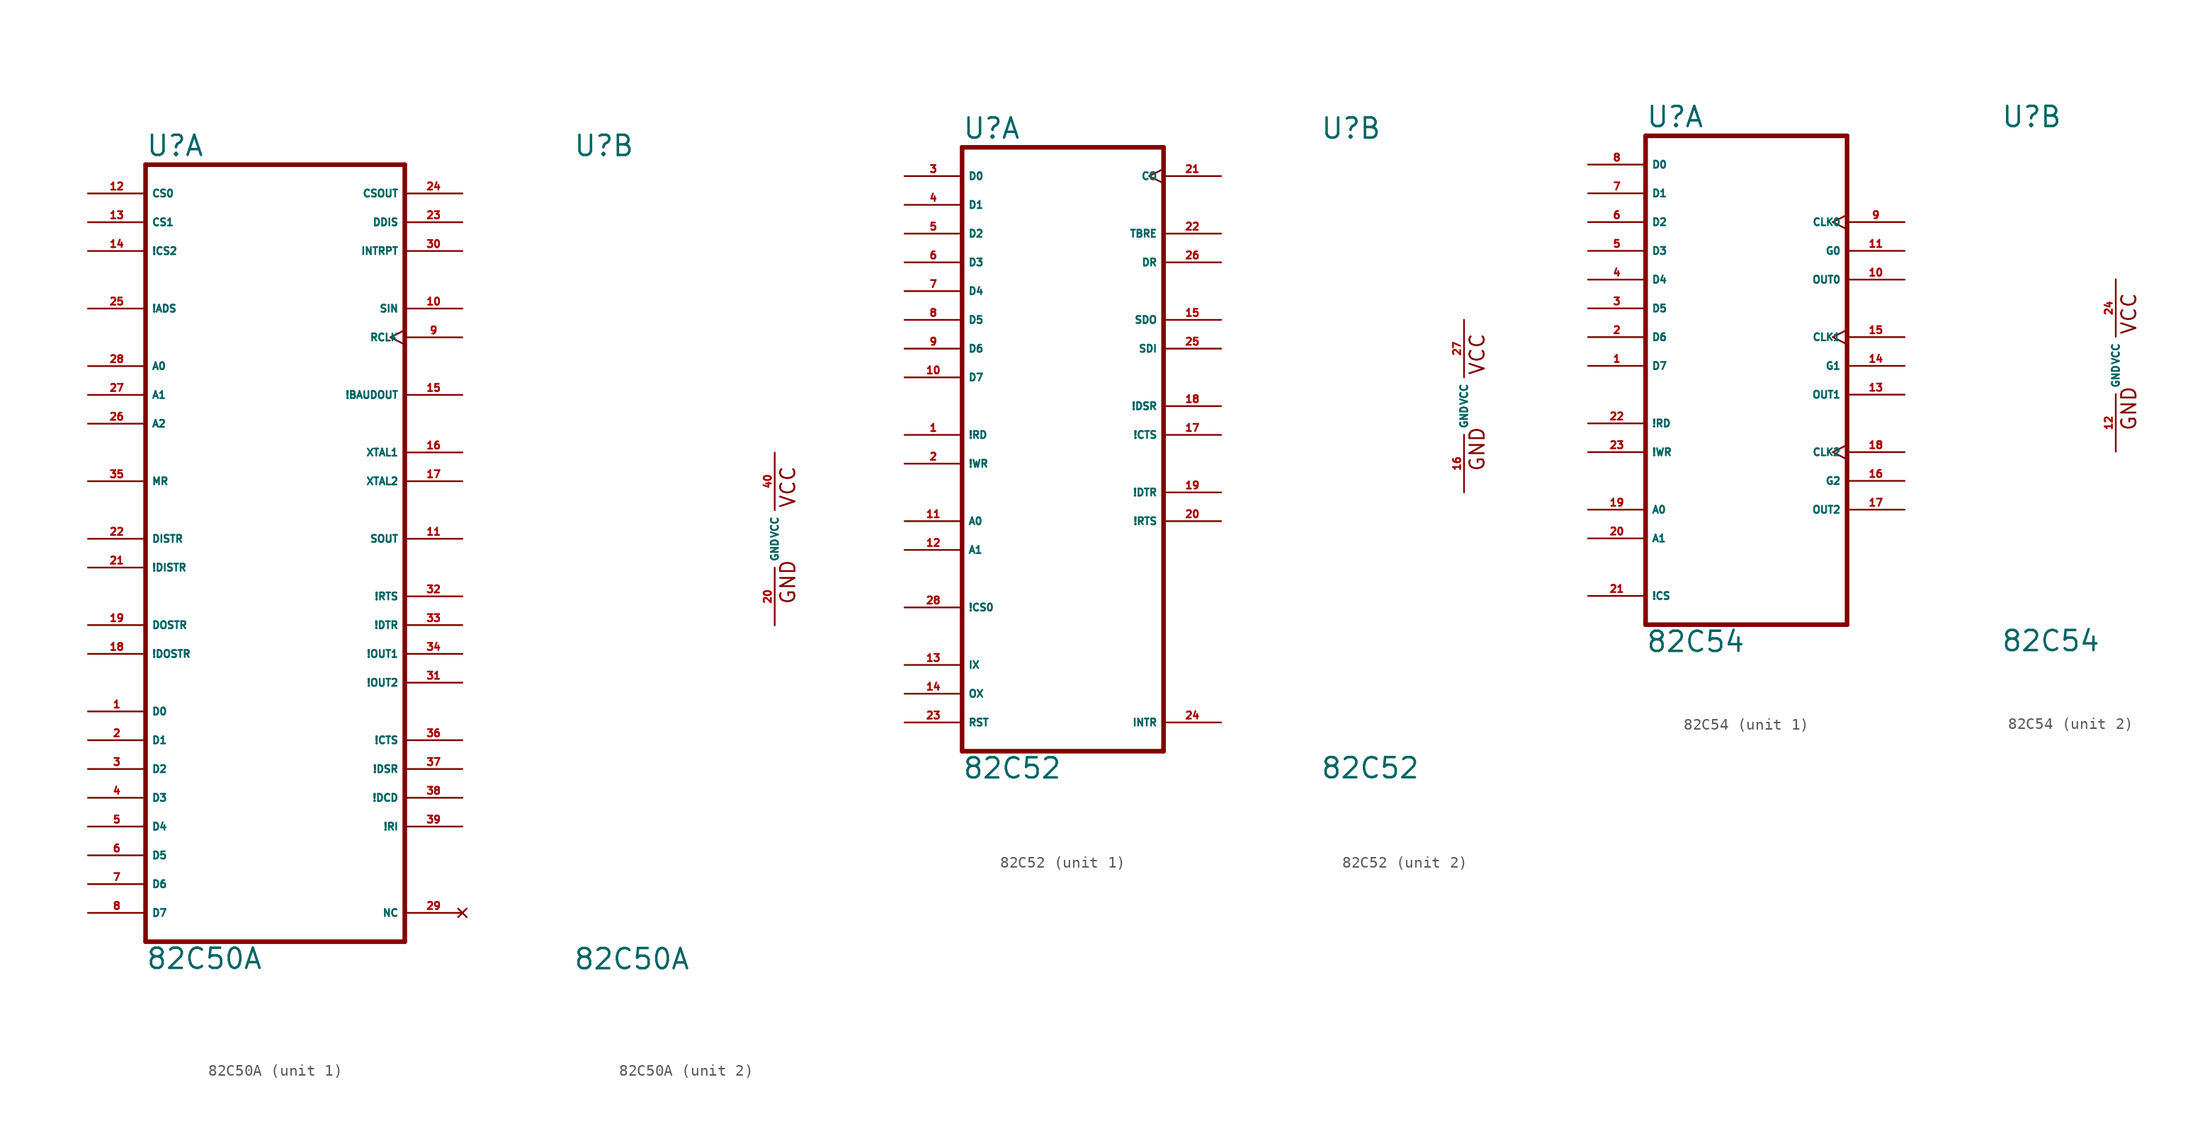
<source format=kicad_sym>
(kicad_symbol_lib
  (version 20220914)
  (generator Eagle2Kicad)
  (symbol "82C50A"
    (property "Reference" "U"
      (at -17.78 33.655 0)
      (effects (font (size 1.778 1.778) (thickness 0.22)) (justify left bottom)))
    (property "Value" "82C50A"
      (at -17.78 -38.1 0)
      (effects (font (size 1.778 1.778) (thickness 0.22)) (justify left bottom)))
    (symbol "82C50A_1_0"
      (polyline (pts (xy -17.78 -35.56) (xy 5.08 -35.56)) (stroke (width 0.406) (type default)) (fill (type none)))
      (polyline (pts (xy 5.08 -35.56) (xy 5.08 33.02)) (stroke (width 0.406) (type default)) (fill (type none)))
      (polyline (pts (xy 5.08 33.02) (xy -17.78 33.02)) (stroke (width 0.406) (type default)) (fill (type none)))
      (polyline (pts (xy -17.78 33.02) (xy -17.78 -35.56)) (stroke (width 0.406) (type default)) (fill (type none)))
      (pin bidirectional line (at -22.86 -15.24 0) (length 5.08) (name "D0" (effects (font (size 0.635 0.635) (thickness 0.08)) (justify left bottom))) (number "1" (effects (font (size 0.635 0.635) (thickness 0.08)) (justify left bottom))))
      (pin bidirectional line (at -22.86 -17.78 0) (length 5.08) (name "D1" (effects (font (size 0.635 0.635) (thickness 0.08)) (justify left bottom))) (number "2" (effects (font (size 0.635 0.635) (thickness 0.08)) (justify left bottom))))
      (pin bidirectional line (at -22.86 -20.32 0) (length 5.08) (name "D2" (effects (font (size 0.635 0.635) (thickness 0.08)) (justify left bottom))) (number "3" (effects (font (size 0.635 0.635) (thickness 0.08)) (justify left bottom))))
      (pin bidirectional line (at -22.86 -22.86 0) (length 5.08) (name "D3" (effects (font (size 0.635 0.635) (thickness 0.08)) (justify left bottom))) (number "4" (effects (font (size 0.635 0.635) (thickness 0.08)) (justify left bottom))))
      (pin bidirectional line (at -22.86 -25.4 0) (length 5.08) (name "D4" (effects (font (size 0.635 0.635) (thickness 0.08)) (justify left bottom))) (number "5" (effects (font (size 0.635 0.635) (thickness 0.08)) (justify left bottom))))
      (pin bidirectional line (at -22.86 -27.94 0) (length 5.08) (name "D5" (effects (font (size 0.635 0.635) (thickness 0.08)) (justify left bottom))) (number "6" (effects (font (size 0.635 0.635) (thickness 0.08)) (justify left bottom))))
      (pin bidirectional line (at -22.86 -30.48 0) (length 5.08) (name "D6" (effects (font (size 0.635 0.635) (thickness 0.08)) (justify left bottom))) (number "7" (effects (font (size 0.635 0.635) (thickness 0.08)) (justify left bottom))))
      (pin bidirectional line (at -22.86 -33.02 0) (length 5.08) (name "D7" (effects (font (size 0.635 0.635) (thickness 0.08)) (justify left bottom))) (number "8" (effects (font (size 0.635 0.635) (thickness 0.08)) (justify left bottom))))
      (pin input clock (at 10.16 17.78 180) (length 5.08) (name "RCLK" (effects (font (size 0.635 0.635) (thickness 0.08)) (justify left bottom))) (number "9" (effects (font (size 0.635 0.635) (thickness 0.08)) (justify left bottom))))
      (pin input line (at 10.16 20.32 180) (length 5.08) (name "SIN" (effects (font (size 0.635 0.635) (thickness 0.08)) (justify left bottom))) (number "10" (effects (font (size 0.635 0.635) (thickness 0.08)) (justify left bottom))))
      (pin output line (at 10.16 0 180) (length 5.08) (name "SOUT" (effects (font (size 0.635 0.635) (thickness 0.08)) (justify left bottom))) (number "11" (effects (font (size 0.635 0.635) (thickness 0.08)) (justify left bottom))))
      (pin input line (at -22.86 30.48 0) (length 5.08) (name "CS0" (effects (font (size 0.635 0.635) (thickness 0.08)) (justify left bottom))) (number "12" (effects (font (size 0.635 0.635) (thickness 0.08)) (justify left bottom))))
      (pin input line (at -22.86 27.94 0) (length 5.08) (name "CS1" (effects (font (size 0.635 0.635) (thickness 0.08)) (justify left bottom))) (number "13" (effects (font (size 0.635 0.635) (thickness 0.08)) (justify left bottom))))
      (pin input line (at -22.86 25.4 0) (length 5.08) (name "!CS2" (effects (font (size 0.635 0.635) (thickness 0.08)) (justify left bottom))) (number "14" (effects (font (size 0.635 0.635) (thickness 0.08)) (justify left bottom))))
      (pin output line (at 10.16 12.7 180) (length 5.08) (name "!BAUDOUT" (effects (font (size 0.635 0.635) (thickness 0.08)) (justify left bottom))) (number "15" (effects (font (size 0.635 0.635) (thickness 0.08)) (justify left bottom))))
      (pin input line (at 10.16 7.62 180) (length 5.08) (name "XTAL1" (effects (font (size 0.635 0.635) (thickness 0.08)) (justify left bottom))) (number "16" (effects (font (size 0.635 0.635) (thickness 0.08)) (justify left bottom))))
      (pin output line (at 10.16 5.08 180) (length 5.08) (name "XTAL2" (effects (font (size 0.635 0.635) (thickness 0.08)) (justify left bottom))) (number "17" (effects (font (size 0.635 0.635) (thickness 0.08)) (justify left bottom))))
      (pin input line (at -22.86 -10.16 0) (length 5.08) (name "!DOSTR" (effects (font (size 0.635 0.635) (thickness 0.08)) (justify left bottom))) (number "18" (effects (font (size 0.635 0.635) (thickness 0.08)) (justify left bottom))))
      (pin input line (at -22.86 -7.62 0) (length 5.08) (name "DOSTR" (effects (font (size 0.635 0.635) (thickness 0.08)) (justify left bottom))) (number "19" (effects (font (size 0.635 0.635) (thickness 0.08)) (justify left bottom))))
      (pin input line (at -22.86 -2.54 0) (length 5.08) (name "!DISTR" (effects (font (size 0.635 0.635) (thickness 0.08)) (justify left bottom))) (number "21" (effects (font (size 0.635 0.635) (thickness 0.08)) (justify left bottom))))
      (pin input line (at -22.86 0 0) (length 5.08) (name "DISTR" (effects (font (size 0.635 0.635) (thickness 0.08)) (justify left bottom))) (number "22" (effects (font (size 0.635 0.635) (thickness 0.08)) (justify left bottom))))
      (pin output line (at 10.16 27.94 180) (length 5.08) (name "DDIS" (effects (font (size 0.635 0.635) (thickness 0.08)) (justify left bottom))) (number "23" (effects (font (size 0.635 0.635) (thickness 0.08)) (justify left bottom))))
      (pin output line (at 10.16 30.48 180) (length 5.08) (name "CSOUT" (effects (font (size 0.635 0.635) (thickness 0.08)) (justify left bottom))) (number "24" (effects (font (size 0.635 0.635) (thickness 0.08)) (justify left bottom))))
      (pin input line (at -22.86 20.32 0) (length 5.08) (name "!ADS" (effects (font (size 0.635 0.635) (thickness 0.08)) (justify left bottom))) (number "25" (effects (font (size 0.635 0.635) (thickness 0.08)) (justify left bottom))))
      (pin input line (at -22.86 10.16 0) (length 5.08) (name "A2" (effects (font (size 0.635 0.635) (thickness 0.08)) (justify left bottom))) (number "26" (effects (font (size 0.635 0.635) (thickness 0.08)) (justify left bottom))))
      (pin input line (at -22.86 12.7 0) (length 5.08) (name "A1" (effects (font (size 0.635 0.635) (thickness 0.08)) (justify left bottom))) (number "27" (effects (font (size 0.635 0.635) (thickness 0.08)) (justify left bottom))))
      (pin input line (at -22.86 15.24 0) (length 5.08) (name "A0" (effects (font (size 0.635 0.635) (thickness 0.08)) (justify left bottom))) (number "28" (effects (font (size 0.635 0.635) (thickness 0.08)) (justify left bottom))))
      (pin no_connect line (at 10.16 -33.02 180) (length 5.08) (name "NC" (effects (font (size 0.635 0.635) (thickness 0.08)) (justify left bottom) hide)) (number "29" (effects (font (size 0.635 0.635) (thickness 0.08)) (justify left bottom) hide)))
      (pin output line (at 10.16 25.4 180) (length 5.08) (name "INTRPT" (effects (font (size 0.635 0.635) (thickness 0.08)) (justify left bottom))) (number "30" (effects (font (size 0.635 0.635) (thickness 0.08)) (justify left bottom))))
      (pin output line (at 10.16 -12.7 180) (length 5.08) (name "!OUT2" (effects (font (size 0.635 0.635) (thickness 0.08)) (justify left bottom))) (number "31" (effects (font (size 0.635 0.635) (thickness 0.08)) (justify left bottom))))
      (pin output line (at 10.16 -5.08 180) (length 5.08) (name "!RTS" (effects (font (size 0.635 0.635) (thickness 0.08)) (justify left bottom))) (number "32" (effects (font (size 0.635 0.635) (thickness 0.08)) (justify left bottom))))
      (pin output line (at 10.16 -7.62 180) (length 5.08) (name "!DTR" (effects (font (size 0.635 0.635) (thickness 0.08)) (justify left bottom))) (number "33" (effects (font (size 0.635 0.635) (thickness 0.08)) (justify left bottom))))
      (pin output line (at 10.16 -10.16 180) (length 5.08) (name "!OUT1" (effects (font (size 0.635 0.635) (thickness 0.08)) (justify left bottom))) (number "34" (effects (font (size 0.635 0.635) (thickness 0.08)) (justify left bottom))))
      (pin input line (at -22.86 5.08 0) (length 5.08) (name "MR" (effects (font (size 0.635 0.635) (thickness 0.08)) (justify left bottom))) (number "35" (effects (font (size 0.635 0.635) (thickness 0.08)) (justify left bottom))))
      (pin input line (at 10.16 -17.78 180) (length 5.08) (name "!CTS" (effects (font (size 0.635 0.635) (thickness 0.08)) (justify left bottom))) (number "36" (effects (font (size 0.635 0.635) (thickness 0.08)) (justify left bottom))))
      (pin input line (at 10.16 -20.32 180) (length 5.08) (name "!DSR" (effects (font (size 0.635 0.635) (thickness 0.08)) (justify left bottom))) (number "37" (effects (font (size 0.635 0.635) (thickness 0.08)) (justify left bottom))))
      (pin input line (at 10.16 -22.86 180) (length 5.08) (name "!DCD" (effects (font (size 0.635 0.635) (thickness 0.08)) (justify left bottom))) (number "38" (effects (font (size 0.635 0.635) (thickness 0.08)) (justify left bottom))))
      (pin input line (at 10.16 -25.4 180) (length 5.08) (name "!RI" (effects (font (size 0.635 0.635) (thickness 0.08)) (justify left bottom))) (number "39" (effects (font (size 0.635 0.635) (thickness 0.08)) (justify left bottom)))))
    (symbol "82C50A_2_0"
      (text "GND" (at 1.905 -5.842 900) (effects (font (size 1.27 1.27) (thickness 0.16)) (justify left bottom)))
      (text "VCC" (at 1.905 2.667 900) (effects (font (size 1.27 1.27) (thickness 0.16)) (justify left bottom)))
      (pin unspecified line (at 0 -7.62 90) (length 5.08) (name "GND" (effects (font (size 0.635 0.635) (thickness 0.08)) (justify left bottom))) (number "20" (effects (font (size 0.635 0.635) (thickness 0.08)) (justify left bottom))))
      (pin unspecified line (at 0 7.62 270) (length 5.08) (name "VCC" (effects (font (size 0.635 0.635) (thickness 0.08)) (justify left bottom))) (number "40" (effects (font (size 0.635 0.635) (thickness 0.08)) (justify left bottom))))))
  (symbol "82C52"
    (property "Reference" "U"
      (at -12.7 23.495 0)
      (effects (font (size 1.778 1.778) (thickness 0.22)) (justify left bottom)))
    (property "Value" "82C52"
      (at -12.7 -33.02 0)
      (effects (font (size 1.778 1.778) (thickness 0.22)) (justify left bottom)))
    (symbol "82C52_1_0"
      (polyline (pts (xy -12.7 -30.48) (xy 5.08 -30.48)) (stroke (width 0.406) (type default)) (fill (type none)))
      (polyline (pts (xy 5.08 -30.48) (xy 5.08 22.86)) (stroke (width 0.406) (type default)) (fill (type none)))
      (polyline (pts (xy 5.08 22.86) (xy -12.7 22.86)) (stroke (width 0.406) (type default)) (fill (type none)))
      (polyline (pts (xy -12.7 22.86) (xy -12.7 -30.48)) (stroke (width 0.406) (type default)) (fill (type none)))
      (pin input line (at -17.78 -2.54 0) (length 5.08) (name "!RD" (effects (font (size 0.635 0.635) (thickness 0.08)) (justify left bottom))) (number "1" (effects (font (size 0.635 0.635) (thickness 0.08)) (justify left bottom))))
      (pin input line (at -17.78 -5.08 0) (length 5.08) (name "!WR" (effects (font (size 0.635 0.635) (thickness 0.08)) (justify left bottom))) (number "2" (effects (font (size 0.635 0.635) (thickness 0.08)) (justify left bottom))))
      (pin bidirectional line (at -17.78 20.32 0) (length 5.08) (name "D0" (effects (font (size 0.635 0.635) (thickness 0.08)) (justify left bottom))) (number "3" (effects (font (size 0.635 0.635) (thickness 0.08)) (justify left bottom))))
      (pin bidirectional line (at -17.78 17.78 0) (length 5.08) (name "D1" (effects (font (size 0.635 0.635) (thickness 0.08)) (justify left bottom))) (number "4" (effects (font (size 0.635 0.635) (thickness 0.08)) (justify left bottom))))
      (pin bidirectional line (at -17.78 15.24 0) (length 5.08) (name "D2" (effects (font (size 0.635 0.635) (thickness 0.08)) (justify left bottom))) (number "5" (effects (font (size 0.635 0.635) (thickness 0.08)) (justify left bottom))))
      (pin bidirectional line (at -17.78 12.7 0) (length 5.08) (name "D3" (effects (font (size 0.635 0.635) (thickness 0.08)) (justify left bottom))) (number "6" (effects (font (size 0.635 0.635) (thickness 0.08)) (justify left bottom))))
      (pin bidirectional line (at -17.78 10.16 0) (length 5.08) (name "D4" (effects (font (size 0.635 0.635) (thickness 0.08)) (justify left bottom))) (number "7" (effects (font (size 0.635 0.635) (thickness 0.08)) (justify left bottom))))
      (pin bidirectional line (at -17.78 7.62 0) (length 5.08) (name "D5" (effects (font (size 0.635 0.635) (thickness 0.08)) (justify left bottom))) (number "8" (effects (font (size 0.635 0.635) (thickness 0.08)) (justify left bottom))))
      (pin bidirectional line (at -17.78 5.08 0) (length 5.08) (name "D6" (effects (font (size 0.635 0.635) (thickness 0.08)) (justify left bottom))) (number "9" (effects (font (size 0.635 0.635) (thickness 0.08)) (justify left bottom))))
      (pin bidirectional line (at -17.78 2.54 0) (length 5.08) (name "D7" (effects (font (size 0.635 0.635) (thickness 0.08)) (justify left bottom))) (number "10" (effects (font (size 0.635 0.635) (thickness 0.08)) (justify left bottom))))
      (pin input line (at -17.78 -10.16 0) (length 5.08) (name "A0" (effects (font (size 0.635 0.635) (thickness 0.08)) (justify left bottom))) (number "11" (effects (font (size 0.635 0.635) (thickness 0.08)) (justify left bottom))))
      (pin input line (at -17.78 -12.7 0) (length 5.08) (name "A1" (effects (font (size 0.635 0.635) (thickness 0.08)) (justify left bottom))) (number "12" (effects (font (size 0.635 0.635) (thickness 0.08)) (justify left bottom))))
      (pin bidirectional line (at -17.78 -22.86 0) (length 5.08) (name "IX" (effects (font (size 0.635 0.635) (thickness 0.08)) (justify left bottom))) (number "13" (effects (font (size 0.635 0.635) (thickness 0.08)) (justify left bottom))))
      (pin bidirectional line (at -17.78 -25.4 0) (length 5.08) (name "OX" (effects (font (size 0.635 0.635) (thickness 0.08)) (justify left bottom))) (number "14" (effects (font (size 0.635 0.635) (thickness 0.08)) (justify left bottom))))
      (pin output line (at 10.16 7.62 180) (length 5.08) (name "SDO" (effects (font (size 0.635 0.635) (thickness 0.08)) (justify left bottom))) (number "15" (effects (font (size 0.635 0.635) (thickness 0.08)) (justify left bottom))))
      (pin input line (at 10.16 -2.54 180) (length 5.08) (name "!CTS" (effects (font (size 0.635 0.635) (thickness 0.08)) (justify left bottom))) (number "17" (effects (font (size 0.635 0.635) (thickness 0.08)) (justify left bottom))))
      (pin input line (at 10.16 0 180) (length 5.08) (name "!DSR" (effects (font (size 0.635 0.635) (thickness 0.08)) (justify left bottom))) (number "18" (effects (font (size 0.635 0.635) (thickness 0.08)) (justify left bottom))))
      (pin output line (at 10.16 -7.62 180) (length 5.08) (name "!DTR" (effects (font (size 0.635 0.635) (thickness 0.08)) (justify left bottom))) (number "19" (effects (font (size 0.635 0.635) (thickness 0.08)) (justify left bottom))))
      (pin output line (at 10.16 -10.16 180) (length 5.08) (name "!RTS" (effects (font (size 0.635 0.635) (thickness 0.08)) (justify left bottom))) (number "20" (effects (font (size 0.635 0.635) (thickness 0.08)) (justify left bottom))))
      (pin output clock (at 10.16 20.32 180) (length 5.08) (name "CO" (effects (font (size 0.635 0.635) (thickness 0.08)) (justify left bottom))) (number "21" (effects (font (size 0.635 0.635) (thickness 0.08)) (justify left bottom))))
      (pin output line (at 10.16 15.24 180) (length 5.08) (name "TBRE" (effects (font (size 0.635 0.635) (thickness 0.08)) (justify left bottom))) (number "22" (effects (font (size 0.635 0.635) (thickness 0.08)) (justify left bottom))))
      (pin input line (at -17.78 -27.94 0) (length 5.08) (name "RST" (effects (font (size 0.635 0.635) (thickness 0.08)) (justify left bottom))) (number "23" (effects (font (size 0.635 0.635) (thickness 0.08)) (justify left bottom))))
      (pin output line (at 10.16 -27.94 180) (length 5.08) (name "INTR" (effects (font (size 0.635 0.635) (thickness 0.08)) (justify left bottom))) (number "24" (effects (font (size 0.635 0.635) (thickness 0.08)) (justify left bottom))))
      (pin input line (at 10.16 5.08 180) (length 5.08) (name "SDI" (effects (font (size 0.635 0.635) (thickness 0.08)) (justify left bottom))) (number "25" (effects (font (size 0.635 0.635) (thickness 0.08)) (justify left bottom))))
      (pin output line (at 10.16 12.7 180) (length 5.08) (name "DR" (effects (font (size 0.635 0.635) (thickness 0.08)) (justify left bottom))) (number "26" (effects (font (size 0.635 0.635) (thickness 0.08)) (justify left bottom))))
      (pin input line (at -17.78 -17.78 0) (length 5.08) (name "!CS0" (effects (font (size 0.635 0.635) (thickness 0.08)) (justify left bottom))) (number "28" (effects (font (size 0.635 0.635) (thickness 0.08)) (justify left bottom)))))
    (symbol "82C52_2_0"
      (text "GND" (at 1.905 -5.842 900) (effects (font (size 1.27 1.27) (thickness 0.16)) (justify left bottom)))
      (text "VCC" (at 1.905 2.667 900) (effects (font (size 1.27 1.27) (thickness 0.16)) (justify left bottom)))
      (pin unspecified line (at 0 -7.62 90) (length 5.08) (name "GND" (effects (font (size 0.635 0.635) (thickness 0.08)) (justify left bottom))) (number "16" (effects (font (size 0.635 0.635) (thickness 0.08)) (justify left bottom))))
      (pin unspecified line (at 0 7.62 270) (length 5.08) (name "VCC" (effects (font (size 0.635 0.635) (thickness 0.08)) (justify left bottom))) (number "27" (effects (font (size 0.635 0.635) (thickness 0.08)) (justify left bottom))))))
  (symbol "82C54"
    (property "Reference" "U"
      (at -10.16 20.955 0)
      (effects (font (size 1.778 1.778) (thickness 0.22)) (justify left bottom)))
    (property "Value" "82C54"
      (at -10.16 -25.4 0)
      (effects (font (size 1.778 1.778) (thickness 0.22)) (justify left bottom)))
    (symbol "82C54_1_0"
      (polyline (pts (xy -10.16 -22.86) (xy 7.62 -22.86)) (stroke (width 0.406) (type default)) (fill (type none)))
      (polyline (pts (xy 7.62 -22.86) (xy 7.62 20.32)) (stroke (width 0.406) (type default)) (fill (type none)))
      (polyline (pts (xy 7.62 20.32) (xy -10.16 20.32)) (stroke (width 0.406) (type default)) (fill (type none)))
      (polyline (pts (xy -10.16 20.32) (xy -10.16 -22.86)) (stroke (width 0.406) (type default)) (fill (type none)))
      (pin bidirectional line (at -15.24 0 0) (length 5.08) (name "D7" (effects (font (size 0.635 0.635) (thickness 0.08)) (justify left bottom))) (number "1" (effects (font (size 0.635 0.635) (thickness 0.08)) (justify left bottom))))
      (pin bidirectional line (at -15.24 2.54 0) (length 5.08) (name "D6" (effects (font (size 0.635 0.635) (thickness 0.08)) (justify left bottom))) (number "2" (effects (font (size 0.635 0.635) (thickness 0.08)) (justify left bottom))))
      (pin bidirectional line (at -15.24 5.08 0) (length 5.08) (name "D5" (effects (font (size 0.635 0.635) (thickness 0.08)) (justify left bottom))) (number "3" (effects (font (size 0.635 0.635) (thickness 0.08)) (justify left bottom))))
      (pin bidirectional line (at -15.24 7.62 0) (length 5.08) (name "D4" (effects (font (size 0.635 0.635) (thickness 0.08)) (justify left bottom))) (number "4" (effects (font (size 0.635 0.635) (thickness 0.08)) (justify left bottom))))
      (pin bidirectional line (at -15.24 10.16 0) (length 5.08) (name "D3" (effects (font (size 0.635 0.635) (thickness 0.08)) (justify left bottom))) (number "5" (effects (font (size 0.635 0.635) (thickness 0.08)) (justify left bottom))))
      (pin bidirectional line (at -15.24 12.7 0) (length 5.08) (name "D2" (effects (font (size 0.635 0.635) (thickness 0.08)) (justify left bottom))) (number "6" (effects (font (size 0.635 0.635) (thickness 0.08)) (justify left bottom))))
      (pin bidirectional line (at -15.24 15.24 0) (length 5.08) (name "D1" (effects (font (size 0.635 0.635) (thickness 0.08)) (justify left bottom))) (number "7" (effects (font (size 0.635 0.635) (thickness 0.08)) (justify left bottom))))
      (pin bidirectional line (at -15.24 17.78 0) (length 5.08) (name "D0" (effects (font (size 0.635 0.635) (thickness 0.08)) (justify left bottom))) (number "8" (effects (font (size 0.635 0.635) (thickness 0.08)) (justify left bottom))))
      (pin input clock (at 12.7 12.7 180) (length 5.08) (name "CLK0" (effects (font (size 0.635 0.635) (thickness 0.08)) (justify left bottom))) (number "9" (effects (font (size 0.635 0.635) (thickness 0.08)) (justify left bottom))))
      (pin output line (at 12.7 7.62 180) (length 5.08) (name "OUT0" (effects (font (size 0.635 0.635) (thickness 0.08)) (justify left bottom))) (number "10" (effects (font (size 0.635 0.635) (thickness 0.08)) (justify left bottom))))
      (pin input line (at 12.7 10.16 180) (length 5.08) (name "G0" (effects (font (size 0.635 0.635) (thickness 0.08)) (justify left bottom))) (number "11" (effects (font (size 0.635 0.635) (thickness 0.08)) (justify left bottom))))
      (pin output line (at 12.7 -2.54 180) (length 5.08) (name "OUT1" (effects (font (size 0.635 0.635) (thickness 0.08)) (justify left bottom))) (number "13" (effects (font (size 0.635 0.635) (thickness 0.08)) (justify left bottom))))
      (pin input line (at 12.7 0 180) (length 5.08) (name "G1" (effects (font (size 0.635 0.635) (thickness 0.08)) (justify left bottom))) (number "14" (effects (font (size 0.635 0.635) (thickness 0.08)) (justify left bottom))))
      (pin input clock (at 12.7 2.54 180) (length 5.08) (name "CLK1" (effects (font (size 0.635 0.635) (thickness 0.08)) (justify left bottom))) (number "15" (effects (font (size 0.635 0.635) (thickness 0.08)) (justify left bottom))))
      (pin input line (at 12.7 -10.16 180) (length 5.08) (name "G2" (effects (font (size 0.635 0.635) (thickness 0.08)) (justify left bottom))) (number "16" (effects (font (size 0.635 0.635) (thickness 0.08)) (justify left bottom))))
      (pin output line (at 12.7 -12.7 180) (length 5.08) (name "OUT2" (effects (font (size 0.635 0.635) (thickness 0.08)) (justify left bottom))) (number "17" (effects (font (size 0.635 0.635) (thickness 0.08)) (justify left bottom))))
      (pin input clock (at 12.7 -7.62 180) (length 5.08) (name "CLK2" (effects (font (size 0.635 0.635) (thickness 0.08)) (justify left bottom))) (number "18" (effects (font (size 0.635 0.635) (thickness 0.08)) (justify left bottom))))
      (pin input line (at -15.24 -12.7 0) (length 5.08) (name "A0" (effects (font (size 0.635 0.635) (thickness 0.08)) (justify left bottom))) (number "19" (effects (font (size 0.635 0.635) (thickness 0.08)) (justify left bottom))))
      (pin input line (at -15.24 -15.24 0) (length 5.08) (name "A1" (effects (font (size 0.635 0.635) (thickness 0.08)) (justify left bottom))) (number "20" (effects (font (size 0.635 0.635) (thickness 0.08)) (justify left bottom))))
      (pin input line (at -15.24 -20.32 0) (length 5.08) (name "!CS" (effects (font (size 0.635 0.635) (thickness 0.08)) (justify left bottom))) (number "21" (effects (font (size 0.635 0.635) (thickness 0.08)) (justify left bottom))))
      (pin input line (at -15.24 -5.08 0) (length 5.08) (name "!RD" (effects (font (size 0.635 0.635) (thickness 0.08)) (justify left bottom))) (number "22" (effects (font (size 0.635 0.635) (thickness 0.08)) (justify left bottom))))
      (pin input line (at -15.24 -7.62 0) (length 5.08) (name "!WR" (effects (font (size 0.635 0.635) (thickness 0.08)) (justify left bottom))) (number "23" (effects (font (size 0.635 0.635) (thickness 0.08)) (justify left bottom)))))
    (symbol "82C54_2_0"
      (text "GND" (at 1.905 -5.842 900) (effects (font (size 1.27 1.27) (thickness 0.16)) (justify left bottom)))
      (text "VCC" (at 1.905 2.667 900) (effects (font (size 1.27 1.27) (thickness 0.16)) (justify left bottom)))
      (pin unspecified line (at 0 -7.62 90) (length 5.08) (name "GND" (effects (font (size 0.635 0.635) (thickness 0.08)) (justify left bottom))) (number "12" (effects (font (size 0.635 0.635) (thickness 0.08)) (justify left bottom))))
      (pin unspecified line (at 0 7.62 270) (length 5.08) (name "VCC" (effects (font (size 0.635 0.635) (thickness 0.08)) (justify left bottom))) (number "24" (effects (font (size 0.635 0.635) (thickness 0.08)) (justify left bottom)))))))
</source>
